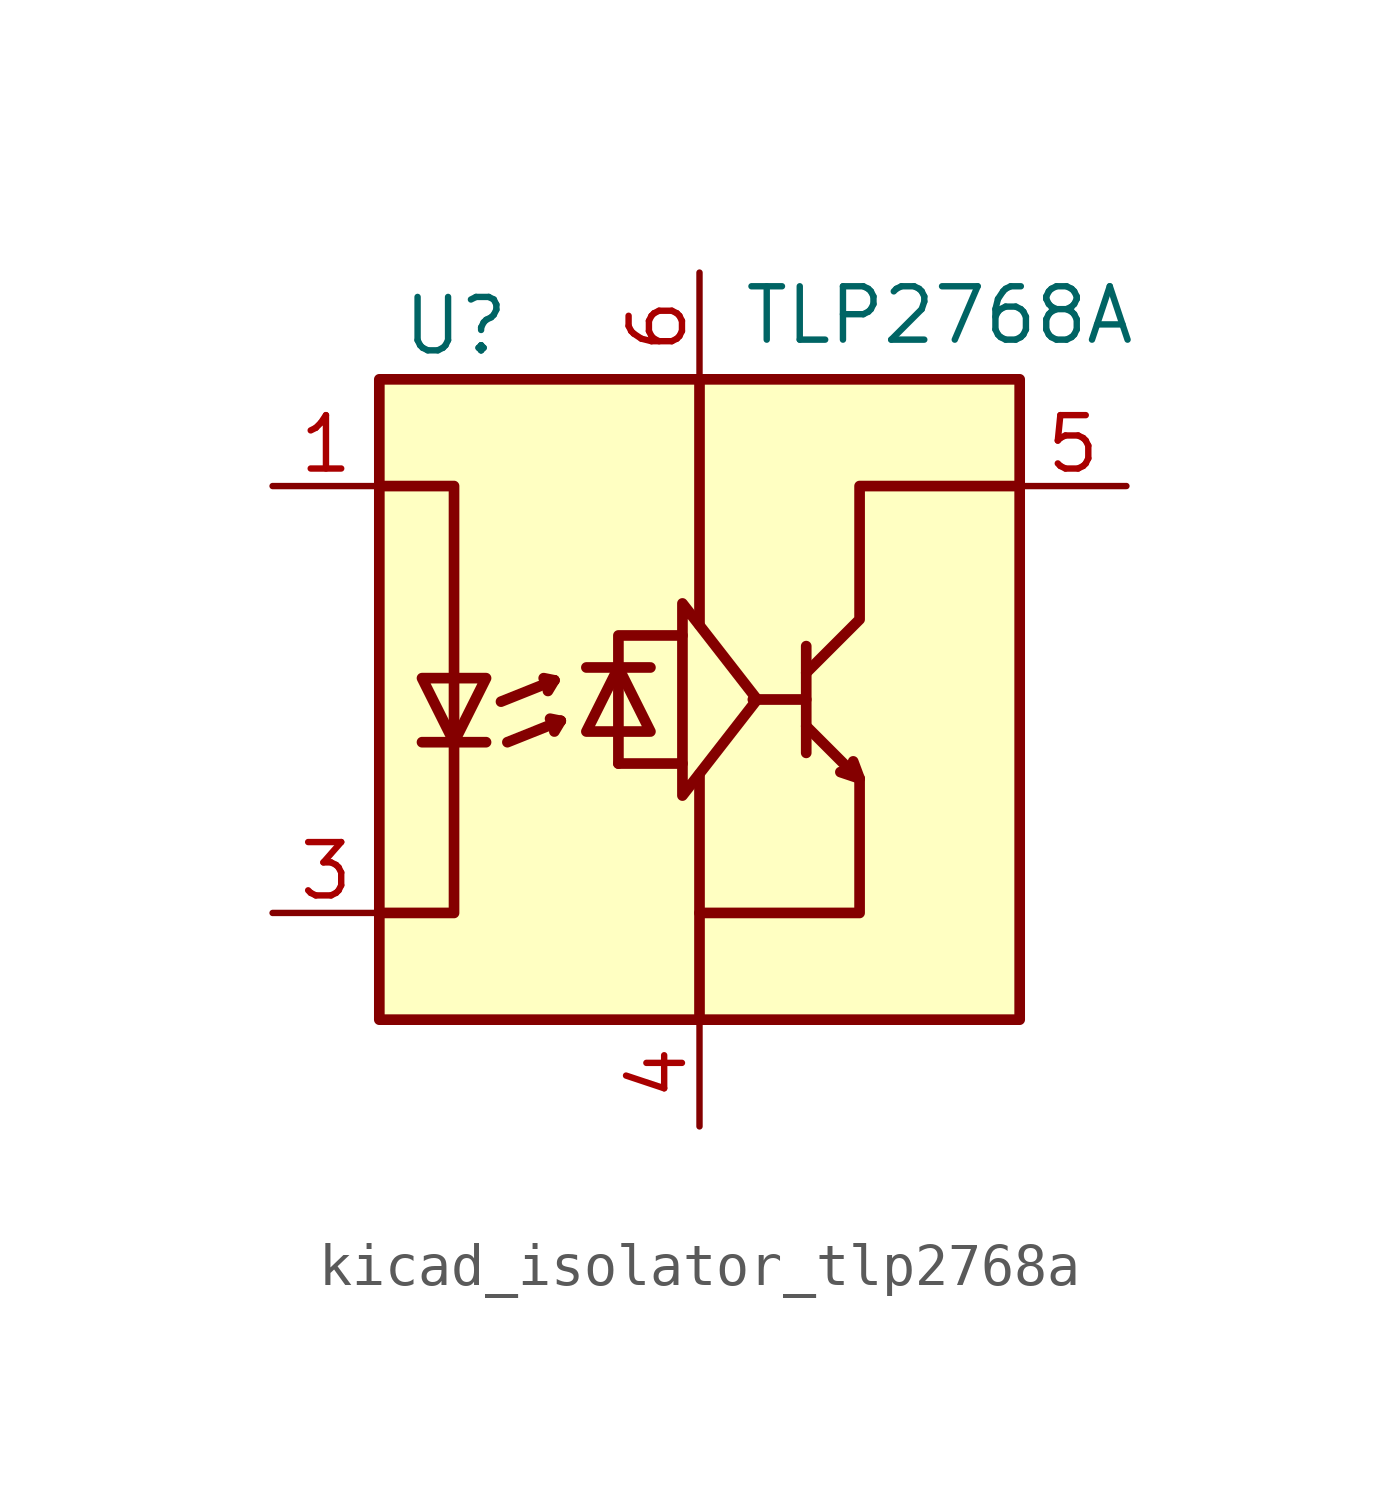
<source format=kicad_sym>
(kicad_symbol_lib
  (version 20220914)
  (generator kicad_symbol_editor)
  (symbol "kicad_isolator_tlp2768a"
    (pin_names
      (offset 1.016) hide)
    (property "Reference" "U"
      (at -7.112 8.89 0)
      (effects (font (size 1.27 1.27)) (justify left)))
    (property "Value" "TLP2768A"
      (at 1.016 9.144 0)
      (effects (font (size 1.27 1.27)) (justify left)))
    (symbol "kicad_isolator_tlp2768a_0_1"
      (rectangle (start -7.62 7.62) (end 7.62 -7.62) (stroke (width 0.254) (type default)) (fill (type background)))
      (polyline (pts (xy -6.604 -1.016) (xy -5.08 -1.016)) (stroke (width 0.254) (type default)) (fill (type none)))
      (polyline (pts (xy -5.842 0.508) (xy -5.842 -1.016)) (stroke (width 0.254) (type default)) (fill (type none)))
      (polyline (pts (xy -4.724 -0.051) (xy -3.454 0.457)) (stroke (width 0.254) (type default)) (fill (type none)))
      (polyline (pts (xy -4.572 -1.016) (xy -3.302 -0.508)) (stroke (width 0.254) (type default)) (fill (type none)))
      (polyline (pts (xy -3.454 0.457) (xy -3.708 0.508)) (stroke (width 0.254) (type default)) (fill (type none)))
      (polyline (pts (xy -3.454 0.457) (xy -3.607 0.203)) (stroke (width 0.254) (type default)) (fill (type none)))
      (polyline (pts (xy -3.302 -0.508) (xy -3.556 -0.457)) (stroke (width 0.254) (type default)) (fill (type none)))
      (polyline (pts (xy -3.302 -0.508) (xy -3.454 -0.762)) (stroke (width 0.254) (type default)) (fill (type none)))
      (polyline (pts (xy -2.692 0.762) (xy -1.168 0.762)) (stroke (width 0.254) (type default)) (fill (type none)))
      (polyline (pts (xy -1.93 -1.524) (xy -1.93 -0.762)) (stroke (width 0.254) (type default)) (fill (type none)))
      (polyline (pts (xy -1.93 -1.524) (xy -0.406 -1.524)) (stroke (width 0.254) (type default)) (fill (type none)))
      (polyline (pts (xy -1.93 0.762) (xy -1.93 -0.813)) (stroke (width 0.254) (type default)) (fill (type none)))
      (polyline (pts (xy 0 -7.62) (xy 0 -1.778)) (stroke (width 0.254) (type default)) (fill (type none)))
      (polyline (pts (xy 0 7.62) (xy 0 1.778)) (stroke (width 0.254) (type default)) (fill (type none)))
      (polyline (pts (xy 1.27 0) (xy 2.54 0)) (stroke (width 0.254) (type default)) (fill (type none)))
      (polyline (pts (xy 2.54 -1.27) (xy 2.54 1.27)) (stroke (width 0.254) (type default)) (fill (type none)))
      (polyline (pts (xy 3.81 -1.88) (xy 3.353 -1.727)) (stroke (width 0.254) (type default)) (fill (type none)))
      (polyline (pts (xy 3.81 -1.88) (xy 3.658 -1.473)) (stroke (width 0.254) (type default)) (fill (type none)))
      (polyline (pts (xy -7.62 5.08) (xy -5.842 5.08) (xy -5.842 0.508)) (stroke (width 0.254) (type default)) (fill (type none)))
      (polyline (pts (xy -5.842 -1.016) (xy -5.842 -5.08) (xy -7.62 -5.08)) (stroke (width 0.254) (type default)) (fill (type none)))
      (polyline (pts (xy -1.93 0.762) (xy -1.93 1.524) (xy -0.406 1.524)) (stroke (width 0.254) (type default)) (fill (type none)))
      (polyline (pts (xy -6.604 0.508) (xy -5.08 0.508) (xy -5.842 -1.016) (xy -6.604 0.508)) (stroke (width 0.254) (type default)) (fill (type none)))
      (polyline (pts (xy -2.692 -0.762) (xy -1.168 -0.762) (xy -1.93 0.762) (xy -2.692 -0.762)) (stroke (width 0.254) (type default)) (fill (type none)))
      (polyline (pts (xy 1.372 0) (xy -0.406 -2.286) (xy -0.406 2.286) (xy 1.372 0)) (stroke (width 0.254) (type default)) (fill (type none)))
      (polyline (pts (xy 2.54 -0.635) (xy 3.81 -1.905) (xy 3.81 -5.08) (xy 0 -5.08)) (stroke (width 0.254) (type default)) (fill (type none)))
      (polyline (pts (xy 2.54 0.635) (xy 3.81 1.905) (xy 3.81 5.08) (xy 7.62 5.08)) (stroke (width 0.254) (type default)) (fill (type none))))
    (symbol "kicad_isolator_tlp2768a_1_1"
      (pin passive line (at -10.16 5.08 0) (length 2.54) (name "A" (effects (font (size 1.27 1.27)))) (number "1" (effects (font (size 1.27 1.27)))))
      (pin no_connect line (at -7.62 0 0) (length 2.54) hide (name "NC" (effects (font (size 1.27 1.27)))) (number "2" (effects (font (size 1.27 1.27)))))
      (pin passive line (at -10.16 -5.08 0) (length 2.54) (name "K" (effects (font (size 1.27 1.27)))) (number "3" (effects (font (size 1.27 1.27)))))
      (pin power_in line (at 0 -10.16 90) (length 2.54) (name "GND" (effects (font (size 1.27 1.27)))) (number "4" (effects (font (size 1.27 1.27)))))
      (pin open_collector line (at 10.16 5.08 180) (length 2.54) (name "VO" (effects (font (size 1.27 1.27)))) (number "5" (effects (font (size 1.27 1.27)))))
      (pin power_in line (at 0 10.16 270) (length 2.54) (name "VDD" (effects (font (size 1.27 1.27)))) (number "6" (effects (font (size 1.27 1.27))))))))
</source>
